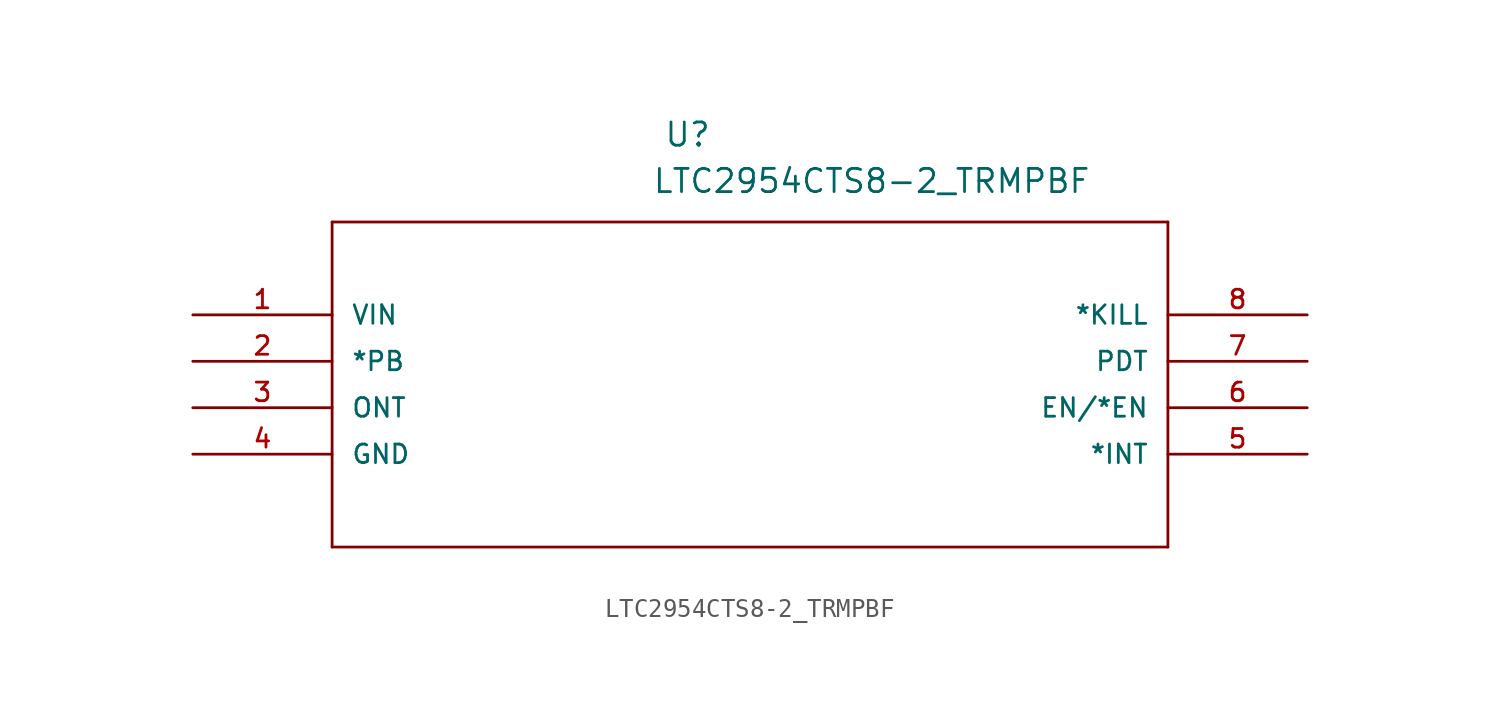
<source format=kicad_sym>
(kicad_symbol_lib
  (version 20211014)
  (generator kicad_symbol_editor)
  (symbol "LTC2954CTS8-2_TRMPBF"
    (pin_names
      (offset 1.016))
    (property "Reference" "U"
      (at 25.756 9.119 0.0)
      (effects (font (size 1.27 1.27)) (justify bottom left)))
    (property "Value" "LTC2954CTS8-2_TRMPBF"
      (at 25.121 6.579 0.0)
      (effects (font (size 1.27 1.27)) (justify bottom left)))
    (symbol "LTC2954CTS8-2_TRMPBF_0_0"
      (polyline (pts (xy 7.62 5.08) (xy 7.62 -12.7)) (stroke (width 0.152)))
      (polyline (pts (xy 7.62 -12.7) (xy 53.34 -12.7)) (stroke (width 0.152)))
      (polyline (pts (xy 53.34 -12.7) (xy 53.34 5.08)) (stroke (width 0.152)))
      (polyline (pts (xy 53.34 5.08) (xy 7.62 5.08)) (stroke (width 0.152)))
      (pin input line (at 0.0 0.0 0) (length 7.62) (name "VIN" (effects (font (size 1.016 1.016)))) (number "1" (effects (font (size 1.016 1.016)))))
      (pin input line (at 0.0 -2.54 0) (length 7.62) (name "*PB" (effects (font (size 1.016 1.016)))) (number "2" (effects (font (size 1.016 1.016)))))
      (pin input line (at 0.0 -5.08 0) (length 7.62) (name "ONT" (effects (font (size 1.016 1.016)))) (number "3" (effects (font (size 1.016 1.016)))))
      (pin power_in line (at 0.0 -7.62 0) (length 7.62) (name "GND" (effects (font (size 1.016 1.016)))) (number "4" (effects (font (size 1.016 1.016)))))
      (pin output line (at 60.96 -7.62 180.0) (length 7.62) (name "*INT" (effects (font (size 1.016 1.016)))) (number "5" (effects (font (size 1.016 1.016)))))
      (pin output line (at 60.96 -5.08 180.0) (length 7.62) (name "EN/*EN" (effects (font (size 1.016 1.016)))) (number "6" (effects (font (size 1.016 1.016)))))
      (pin input line (at 60.96 -2.54 180.0) (length 7.62) (name "PDT" (effects (font (size 1.016 1.016)))) (number "7" (effects (font (size 1.016 1.016)))))
      (pin input line (at 60.96 0.0 180.0) (length 7.62) (name "*KILL" (effects (font (size 1.016 1.016)))) (number "8" (effects (font (size 1.016 1.016))))))))
</source>
